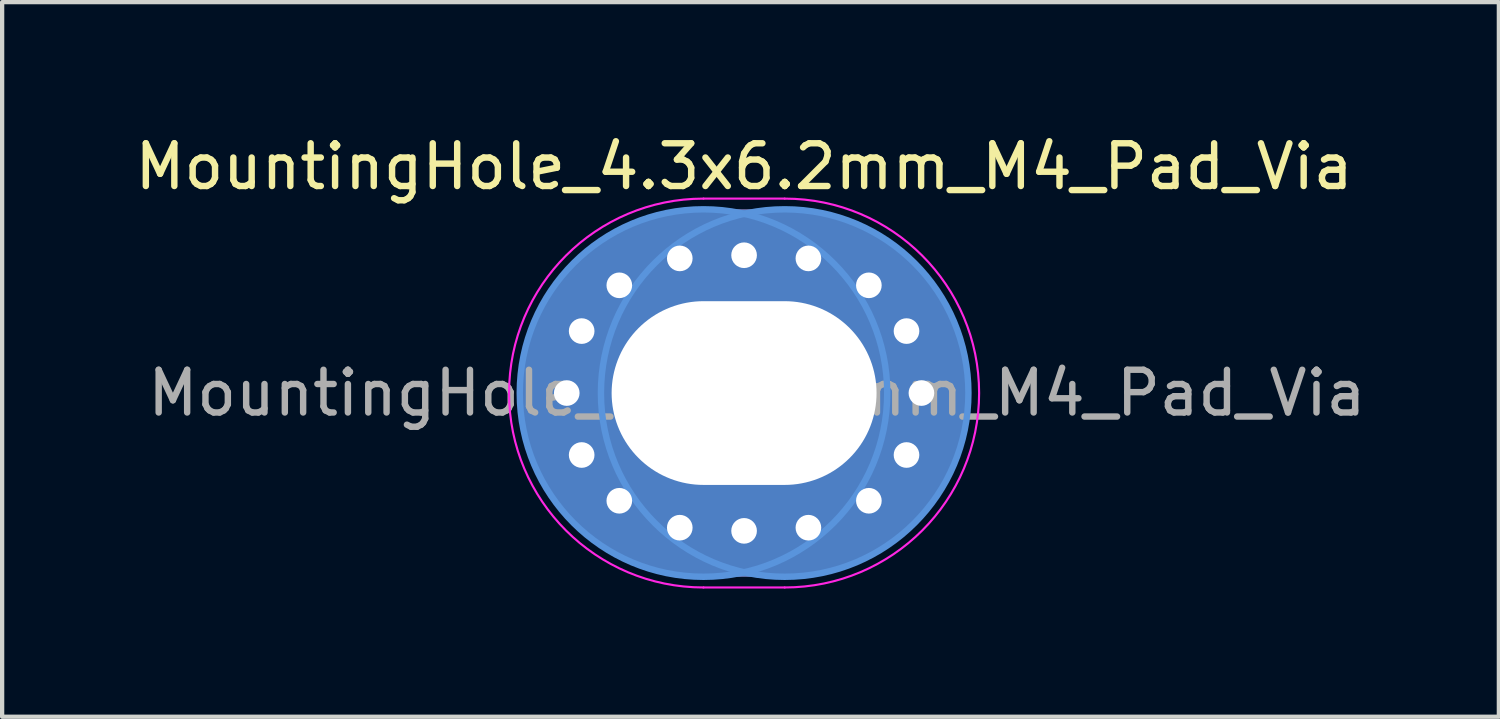
<source format=kicad_pcb>
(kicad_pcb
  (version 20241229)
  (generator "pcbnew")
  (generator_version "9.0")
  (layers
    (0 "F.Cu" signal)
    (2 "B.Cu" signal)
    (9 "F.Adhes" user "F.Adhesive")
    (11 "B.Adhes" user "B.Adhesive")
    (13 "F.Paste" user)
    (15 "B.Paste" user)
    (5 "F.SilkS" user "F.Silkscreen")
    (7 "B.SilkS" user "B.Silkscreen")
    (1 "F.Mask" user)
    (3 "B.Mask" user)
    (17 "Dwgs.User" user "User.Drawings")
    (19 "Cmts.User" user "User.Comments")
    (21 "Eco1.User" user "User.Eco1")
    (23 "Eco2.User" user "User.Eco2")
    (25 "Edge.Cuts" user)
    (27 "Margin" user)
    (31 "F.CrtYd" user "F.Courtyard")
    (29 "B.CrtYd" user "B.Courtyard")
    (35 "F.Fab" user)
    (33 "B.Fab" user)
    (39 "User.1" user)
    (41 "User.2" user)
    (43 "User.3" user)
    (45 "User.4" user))
  (footprint "MountingHole_4.3x6.2mm_M4_Pad_Via"
    (layer "F.Cu")
    (at 14.363 6.148)
    (property "Reference" "MountingHole_4.3x6.2mm_M4_Pad_Via" (at 0 -5.3 0) (layer "F.SilkS") (effects (font (size 1 1) (thickness 0.15))))
    (attr exclude_from_pos_files exclude_from_bom)
    (fp_circle (center -0.95 0) (end 3.35 0) (stroke (width 0.15) (type solid)) (fill no) (layer "Cmts.User"))
    (fp_circle (center 0.95 0) (end 5.25 0) (stroke (width 0.15) (type solid)) (fill no) (layer "Cmts.User"))
    (fp_line (start -0.95 -4.55) (end 0.95 -4.55) (stroke (width 0.05) (type solid)) (layer "F.CrtYd"))
    (fp_line (start 0.95 4.55) (end -0.95 4.55) (stroke (width 0.05) (type solid)) (layer "F.CrtYd"))
    (fp_arc (start -0.95 4.55) (mid -5.5 0) (end -0.95 -4.55) (stroke (width 0.05) (type solid)) (layer "F.CrtYd"))
    (fp_arc (start 0.95 -4.55) (mid 5.5 0) (end 0.95 4.55) (stroke (width 0.05) (type solid)) (layer "F.CrtYd"))
    (fp_text user "${REFERENCE}" (at 0.3 0 0) (layer "F.Fab") (effects (font (size 1 1) (thickness 0.15))))
    (pad "" thru_hole circle (at -4.15 0) (size 0.9 0.9) (drill 0.6) (layers "*.Cu" "*.Mask"))
    (pad "" thru_hole circle (at -3.801 -1.45) (size 0.9 0.9) (drill 0.6) (layers "*.Cu" "*.Mask"))
    (pad "" thru_hole circle (at -3.801 1.45) (size 0.9 0.9) (drill 0.6) (layers "*.Cu" "*.Mask"))
    (pad "" thru_hole circle (at -2.92 -2.521) (size 0.9 0.9) (drill 0.6) (layers "*.Cu" "*.Mask"))
    (pad "" thru_hole circle (at -2.92 2.521) (size 0.9 0.9) (drill 0.6) (layers "*.Cu" "*.Mask"))
    (pad "" thru_hole circle (at -1.505 -3.151) (size 0.9 0.9) (drill 0.6) (layers "*.Cu" "*.Mask"))
    (pad "" thru_hole circle (at -1.505 3.151) (size 0.9 0.9) (drill 0.6) (layers "*.Cu" "*.Mask"))
    (pad "" thru_hole circle (at 0 -3.225) (size 0.9 0.9) (drill 0.6) (layers "*.Cu" "*.Mask"))
    (pad "" thru_hole circle (at 0 3.225) (size 0.9 0.9) (drill 0.6) (layers "*.Cu" "*.Mask"))
    (pad "" thru_hole circle (at 1.505 -3.151) (size 0.9 0.9) (drill 0.6) (layers "*.Cu" "*.Mask"))
    (pad "" thru_hole circle (at 1.505 3.151) (size 0.9 0.9) (drill 0.6) (layers "*.Cu" "*.Mask"))
    (pad "" thru_hole circle (at 2.92 -2.521) (size 0.9 0.9) (drill 0.6) (layers "*.Cu" "*.Mask"))
    (pad "" thru_hole circle (at 2.92 2.521) (size 0.9 0.9) (drill 0.6) (layers "*.Cu" "*.Mask"))
    (pad "" thru_hole circle (at 3.801 -1.45) (size 0.9 0.9) (drill 0.6) (layers "*.Cu" "*.Mask"))
    (pad "" thru_hole circle (at 3.801 1.45) (size 0.9 0.9) (drill 0.6) (layers "*.Cu" "*.Mask"))
    (pad "" thru_hole circle (at 4.15 0) (size 0.9 0.9) (drill 0.6) (layers "*.Cu" "*.Mask"))
    (pad "1" thru_hole oval (at 0 0) (size 10.4 8.6) (drill oval 6.2 4.3) (layers "*.Cu" "*.Mask")))
  (gr_rect
    (start -3 -3)
    (end 32.026 13.723)
    (stroke (width 0.1) (type default))
    (fill no)
    (layer "Edge.Cuts")))
</source>
